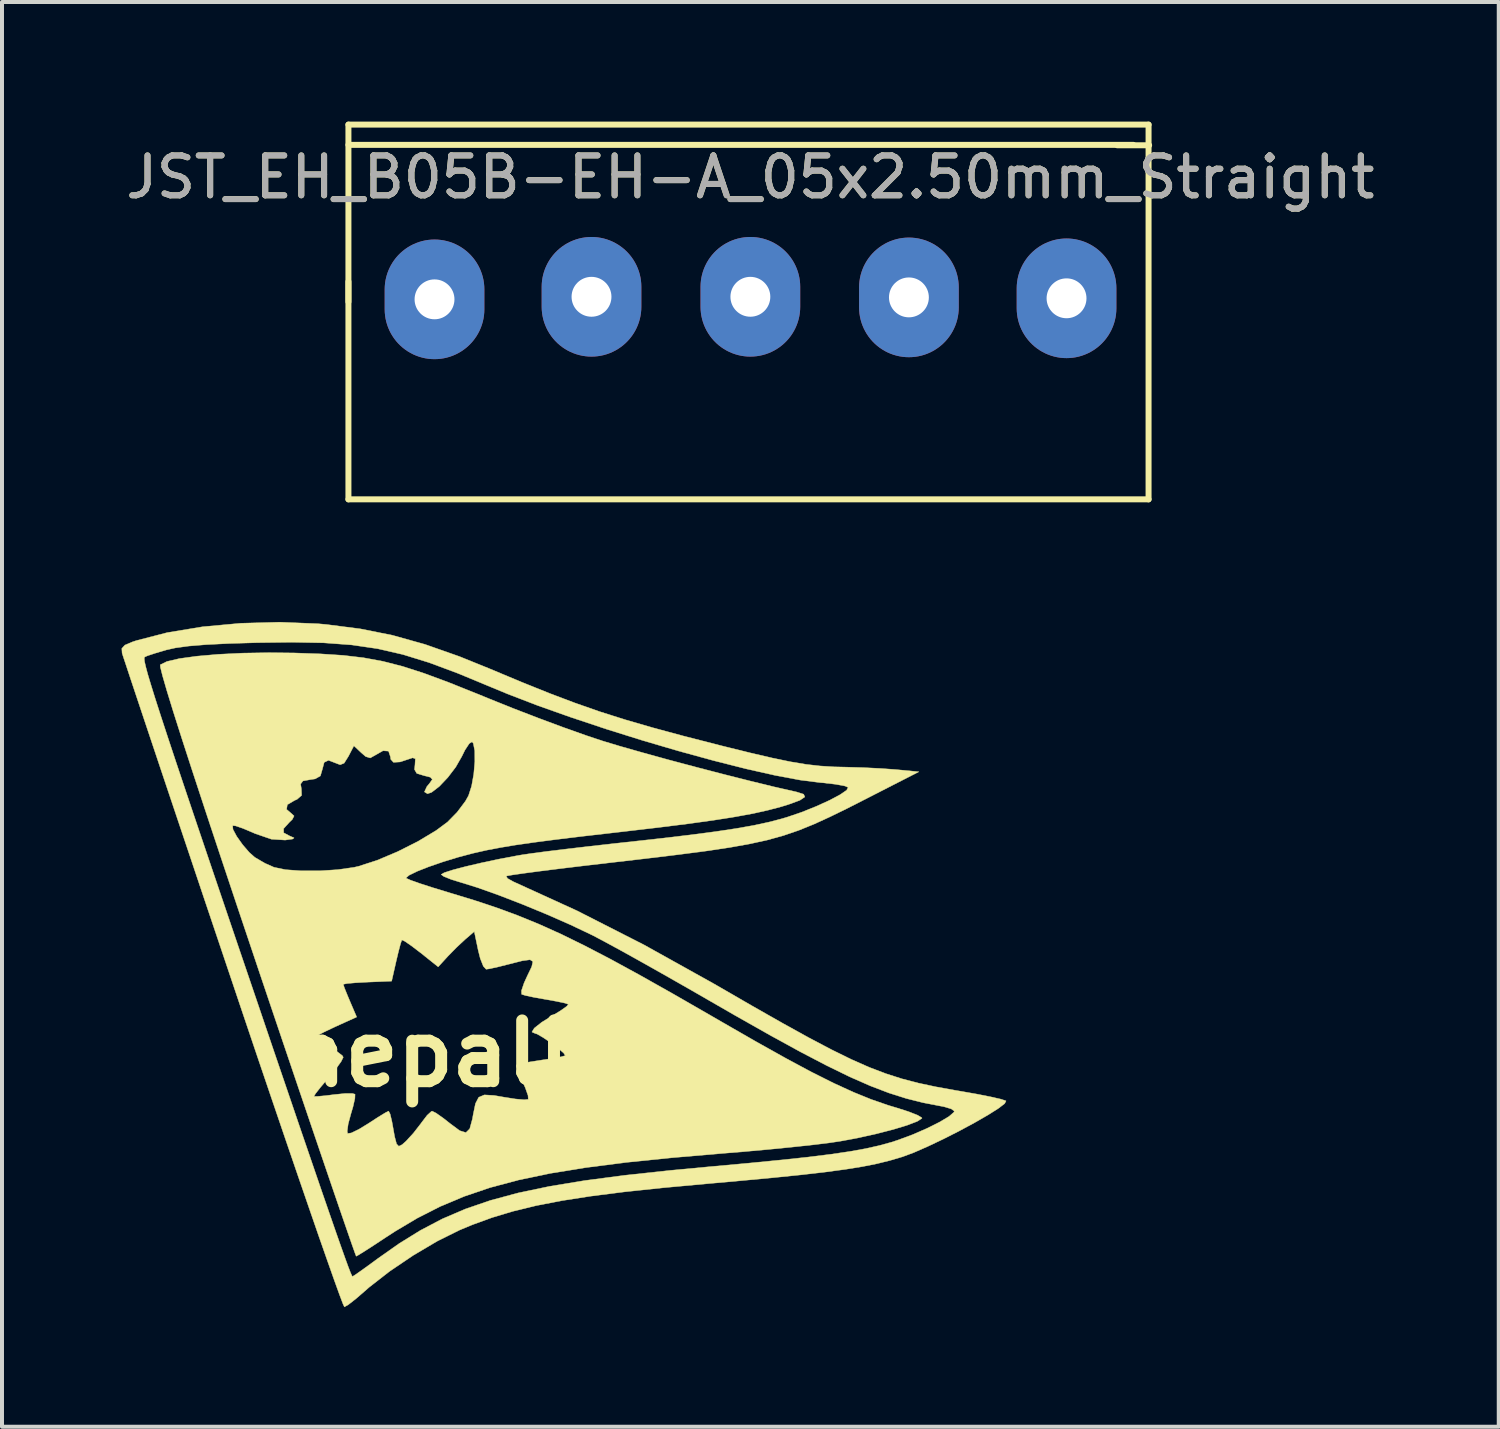
<source format=kicad_pcb>
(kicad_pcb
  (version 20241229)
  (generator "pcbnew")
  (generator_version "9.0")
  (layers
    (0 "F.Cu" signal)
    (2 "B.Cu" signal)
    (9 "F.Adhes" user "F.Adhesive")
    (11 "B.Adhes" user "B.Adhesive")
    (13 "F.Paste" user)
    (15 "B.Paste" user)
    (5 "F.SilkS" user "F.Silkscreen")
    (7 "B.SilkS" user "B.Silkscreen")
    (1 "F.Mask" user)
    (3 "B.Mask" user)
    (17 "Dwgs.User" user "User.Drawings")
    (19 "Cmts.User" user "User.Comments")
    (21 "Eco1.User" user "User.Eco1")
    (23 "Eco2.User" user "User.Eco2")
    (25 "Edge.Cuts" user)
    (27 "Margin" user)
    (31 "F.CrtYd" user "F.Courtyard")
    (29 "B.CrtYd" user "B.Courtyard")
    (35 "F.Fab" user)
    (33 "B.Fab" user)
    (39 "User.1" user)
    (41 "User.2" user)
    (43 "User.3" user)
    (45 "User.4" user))
  (footprint "JST_EH_B05B-EH-A_05x2.50mm_Straight"
    (layer "F.Cu")
    (at 10.768 4.393)
    (property "Reference" "JST_EH_B05B-EH-A_05x2.50mm_Straight" (at 5 -3 0) (layer "F.SilkS") (effects (font (size 1 1) (thickness 0.15))))
    (attr through_hole)
    (fp_line (start -5.08 -4.318) (end 14.986 -4.318) (stroke (width 0.15) (type solid)) (layer "F.SilkS"))
    (fp_line (start -5.08 -3.81) (end 14.605 -3.81) (stroke (width 0.15) (type solid)) (layer "F.SilkS"))
    (fp_line (start -5.08 0.127) (end -5.08 -4.318) (stroke (width 0.15) (type solid)) (layer "F.SilkS"))
    (fp_line (start -5.08 5.08) (end -5.08 -0.381) (stroke (width 0.15) (type solid)) (layer "F.SilkS"))
    (fp_line (start 14.986 -4.318) (end 14.986 5.08) (stroke (width 0.15) (type solid)) (layer "F.SilkS"))
    (fp_line (start 14.986 5.08) (end -5.08 5.08) (stroke (width 0.15) (type solid)) (layer "F.SilkS"))
    (fp_line (start 15 -3.8) (end 14.2 -3.8) (stroke (width 0.15) (type solid)) (layer "F.SilkS"))
    (fp_line (start -4.991 0.089) (end -4.978 0.089) (stroke (width 0.15) (type solid)) (layer "B.Adhes"))
    (fp_line (start 1.143 5.042) (end 1.143 5.029) (stroke (width 0.15) (type solid)) (layer "B.Adhes"))
    (fp_text user "${REFERENCE}" (at 5 -3 0) (layer "F.Fab") (effects (font (size 1 1) (thickness 0.15))))
    (pad "1" thru_hole oval (at -2.921 0.064) (size 2.5 3) (drill 1) (layers "*.Cu" "*.Mask"))
    (pad "2" thru_hole oval (at 1.016 0) (size 2.5 3) (drill 1) (layers "*.Cu" "*.Mask"))
    (pad "3" thru_hole oval (at 5 0) (size 2.5 3) (drill 1) (layers "*.Cu" "*.Mask"))
    (pad "4" thru_hole oval (at 8.976 0.015) (size 2.5 3) (drill 1) (layers "*.Cu" "*.Mask"))
    (pad "5" thru_hole oval (at 12.929 0.038) (size 2.5 3) (drill 1) (layers "*.Cu" "*.Mask")))
  (footprint "nepalLogo"
    (layer "F.Cu")
    (at 10.045 23.375)
    (property "Reference" "nepalLogo" (at 0 0 0) (layer "F.SilkS") (effects (font (size 1.524 1.524) (thickness 0.3))))
    (attr through_hole)
    (fp_poly (pts (xy -5.12 -10.783) (xy -4.911 -10.764) (xy -4.06 -10.655) (xy -3.251 -10.493) (xy -2.437 -10.265) (xy -1.57 -9.96) (xy -0.822 -9.657) (xy -0.022 -9.322) (xy 0.681 -9.039) (xy 1.324 -8.796) (xy 1.944 -8.579) (xy 2.578 -8.378) (xy 3.263 -8.179) (xy 4.035 -7.97) (xy 4.932 -7.74) (xy 5.038 -7.713) (xy 5.722 -7.544) (xy 6.275 -7.415) (xy 6.73 -7.321) (xy 7.118 -7.256) (xy 7.471 -7.216) (xy 7.821 -7.194) (xy 8.122 -7.187) (xy 8.548 -7.175) (xy 8.993 -7.153) (xy 9.368 -7.126) (xy 9.398 -7.123) (xy 9.948 -7.07) (xy 8.662 -6.412) (xy 8.158 -6.155) (xy 7.716 -5.939) (xy 7.316 -5.756) (xy 6.936 -5.602) (xy 6.556 -5.472) (xy 6.153 -5.36) (xy 5.708 -5.262) (xy 5.199 -5.171) (xy 4.604 -5.082) (xy 3.903 -4.991) (xy 3.075 -4.891) (xy 2.17 -4.786) (xy 1.535 -4.712) (xy 0.955 -4.642) (xy 0.452 -4.579) (xy 0.046 -4.525) (xy -0.24 -4.484) (xy -0.387 -4.458) (xy -0.402 -4.452) (xy -0.365 -4.394) (xy -0.216 -4.311) (xy -0.201 -4.305) (xy 1.378 -3.584) (xy 3.051 -2.732) (xy 4.809 -1.753) (xy 4.868 -1.719) (xy 5.759 -1.204) (xy 6.524 -0.769) (xy 7.182 -0.405) (xy 7.751 -0.105) (xy 8.251 0.141) (xy 8.701 0.34) (xy 9.118 0.499) (xy 9.523 0.629) (xy 9.933 0.736) (xy 10.368 0.829) (xy 10.846 0.916) (xy 10.995 0.941) (xy 11.404 1.013) (xy 11.752 1.082) (xy 12.006 1.14) (xy 12.13 1.181) (xy 12.135 1.184) (xy 12.1 1.251) (xy 11.938 1.375) (xy 11.676 1.54) (xy 11.342 1.732) (xy 10.962 1.937) (xy 10.564 2.139) (xy 10.175 2.324) (xy 9.822 2.479) (xy 9.532 2.587) (xy 9.527 2.588) (xy 9.226 2.677) (xy 8.903 2.757) (xy 8.538 2.83) (xy 8.113 2.899) (xy 7.607 2.967) (xy 7.004 3.037) (xy 6.284 3.11) (xy 5.429 3.19) (xy 4.657 3.259) (xy 3.536 3.362) (xy 2.565 3.465) (xy 1.724 3.572) (xy 0.991 3.686) (xy 0.347 3.811) (xy -0.227 3.951) (xy -0.753 4.109) (xy -1.25 4.29) (xy -1.566 4.421) (xy -2.123 4.697) (xy -2.73 5.056) (xy -3.322 5.456) (xy -3.835 5.855) (xy -3.949 5.955) (xy -4.177 6.152) (xy -4.359 6.294) (xy -4.457 6.35) (xy -4.458 6.35) (xy -4.495 6.271) (xy -4.581 6.043) (xy -4.714 5.675) (xy -4.889 5.179) (xy -5.104 4.565) (xy -5.353 3.844) (xy -5.634 3.027) (xy -5.943 2.124) (xy -6.276 1.146) (xy -6.63 0.103) (xy -7 -0.993) (xy -7.257 -1.757) (xy -7.637 -2.887) (xy -8.003 -3.974) (xy -8.349 -5.007) (xy -8.674 -5.975) (xy -8.973 -6.866) (xy -9.242 -7.67) (xy -9.478 -8.376) (xy -9.677 -8.972) (xy -9.836 -9.449) (xy -9.95 -9.794) (xy -9.99 -9.913) (xy -9.478 -9.913) (xy -9.47 -9.836) (xy -9.441 -9.708) (xy -9.39 -9.517) (xy -9.312 -9.257) (xy -9.206 -8.916) (xy -9.068 -8.487) (xy -8.895 -7.959) (xy -8.684 -7.323) (xy -8.432 -6.571) (xy -8.136 -5.692) (xy -7.793 -4.678) (xy -7.4 -3.519) (xy -7.111 -2.667) (xy -6.645 -1.298) (xy -6.232 -0.081) (xy -5.866 0.992) (xy -5.547 1.929) (xy -5.27 2.737) (xy -5.034 3.426) (xy -4.835 4.002) (xy -4.671 4.475) (xy -4.538 4.853) (xy -4.435 5.142) (xy -4.358 5.353) (xy -4.304 5.492) (xy -4.27 5.567) (xy -4.255 5.588) (xy -4.18 5.541) (xy -4.001 5.415) (xy -3.751 5.234) (xy -3.617 5.135) (xy -3.081 4.758) (xy -2.549 4.429) (xy -2.002 4.142) (xy -1.423 3.894) (xy -0.793 3.678) (xy -0.097 3.491) (xy 0.685 3.327) (xy 1.57 3.181) (xy 2.576 3.049) (xy 3.719 2.926) (xy 4.699 2.834) (xy 5.666 2.746) (xy 6.483 2.666) (xy 7.168 2.593) (xy 7.739 2.522) (xy 8.215 2.452) (xy 8.615 2.38) (xy 8.957 2.303) (xy 9.259 2.22) (xy 9.418 2.168) (xy 9.791 2.03) (xy 10.151 1.873) (xy 10.467 1.715) (xy 10.704 1.574) (xy 10.827 1.467) (xy 10.837 1.44) (xy 10.762 1.384) (xy 10.574 1.328) (xy 10.477 1.31) (xy 10.053 1.228) (xy 9.631 1.122) (xy 9.196 0.984) (xy 8.73 0.806) (xy 8.216 0.58) (xy 7.638 0.298) (xy 6.979 -0.046) (xy 6.222 -0.461) (xy 5.35 -0.954) (xy 4.699 -1.329) (xy 4.101 -1.673) (xy 3.51 -2.009) (xy 2.954 -2.322) (xy 2.46 -2.597) (xy 2.053 -2.818) (xy 1.763 -2.971) (xy 1.736 -2.984) (xy 1.214 -3.232) (xy 0.621 -3.493) (xy 0.005 -3.747) (xy -0.592 -3.978) (xy -1.123 -4.167) (xy -1.503 -4.285) (xy -1.773 -4.368) (xy -1.964 -4.444) (xy -2.032 -4.494) (xy -1.954 -4.54) (xy -1.74 -4.609) (xy -1.421 -4.693) (xy -1.028 -4.785) (xy -0.592 -4.878) (xy -0.144 -4.963) (xy 0 -4.988) (xy 0.245 -5.024) (xy 0.625 -5.074) (xy 1.109 -5.133) (xy 1.664 -5.198) (xy 2.257 -5.265) (xy 2.54 -5.296) (xy 3.449 -5.396) (xy 4.209 -5.486) (xy 4.842 -5.569) (xy 5.368 -5.648) (xy 5.809 -5.726) (xy 6.183 -5.807) (xy 6.513 -5.893) (xy 6.65 -5.934) (xy 7.014 -6.058) (xy 7.376 -6.204) (xy 7.706 -6.354) (xy 7.97 -6.494) (xy 8.137 -6.608) (xy 8.176 -6.679) (xy 8.077 -6.718) (xy 7.853 -6.758) (xy 7.549 -6.793) (xy 7.475 -6.799) (xy 6.976 -6.862) (xy 6.345 -6.98) (xy 5.609 -7.146) (xy 4.792 -7.353) (xy 3.92 -7.592) (xy 3.018 -7.857) (xy 2.113 -8.14) (xy 1.231 -8.434) (xy 0.395 -8.73) (xy -0.367 -9.023) (xy -0.78 -9.194) (xy -1.606 -9.537) (xy -2.33 -9.807) (xy -2.99 -10.011) (xy -3.625 -10.157) (xy -4.275 -10.252) (xy -4.978 -10.304) (xy -5.774 -10.319) (xy -6.646 -10.308) (xy -7.359 -10.287) (xy -7.924 -10.259) (xy -8.363 -10.223) (xy -8.698 -10.177) (xy -8.929 -10.125) (xy -9.199 -10.045) (xy -9.396 -9.98) (xy -9.47 -9.947) (xy -9.478 -9.913) (xy -9.99 -9.913) (xy -10.017 -9.996) (xy -10.033 -10.046) (xy -10.04 -10.163) (xy -9.963 -10.247) (xy -9.767 -10.33) (xy -9.676 -10.36) (xy -8.903 -10.56) (xy -8.014 -10.707) (xy -7.057 -10.795) (xy -6.076 -10.822) (xy -5.12 -10.783)) (stroke (width 0.01) (type solid)) (fill yes) (layer "F.SilkS"))
    (fp_poly (pts (xy -5.715 -10.05) (xy -5.057 -10.027) (xy -4.489 -9.99) (xy -3.978 -9.93) (xy -3.492 -9.84) (xy -2.996 -9.713) (xy -2.458 -9.539) (xy -1.845 -9.312) (xy -1.123 -9.023) (xy -0.835 -8.905) (xy -0.241 -8.666) (xy 0.399 -8.419) (xy 1.031 -8.184) (xy 1.605 -7.98) (xy 2.02 -7.842) (xy 2.458 -7.71) (xy 3.021 -7.55) (xy 3.669 -7.371) (xy 4.364 -7.186) (xy 5.064 -7.004) (xy 5.73 -6.836) (xy 6.323 -6.691) (xy 6.803 -6.582) (xy 6.879 -6.565) (xy 7.059 -6.508) (xy 7.089 -6.44) (xy 6.964 -6.355) (xy 6.68 -6.251) (xy 6.498 -6.195) (xy 6.165 -6.107) (xy 5.785 -6.022) (xy 5.337 -5.94) (xy 4.801 -5.855) (xy 4.159 -5.766) (xy 3.39 -5.67) (xy 2.475 -5.563) (xy 2.328 -5.546) (xy 1.51 -5.452) (xy 0.836 -5.37) (xy 0.283 -5.298) (xy -0.174 -5.232) (xy -0.557 -5.168) (xy -0.892 -5.104) (xy -1.201 -5.034) (xy -1.228 -5.028) (xy -1.609 -4.927) (xy -1.991 -4.81) (xy -2.344 -4.688) (xy -2.636 -4.573) (xy -2.835 -4.476) (xy -2.91 -4.411) (xy -2.906 -4.4) (xy -2.802 -4.353) (xy -2.569 -4.27) (xy -2.238 -4.163) (xy -1.844 -4.043) (xy -1.778 -4.023) (xy -1.191 -3.844) (xy -0.643 -3.662) (xy -0.113 -3.467) (xy 0.418 -3.25) (xy 0.969 -3.002) (xy 1.561 -2.712) (xy 2.213 -2.373) (xy 2.944 -1.974) (xy 3.775 -1.506) (xy 4.724 -0.96) (xy 4.995 -0.803) (xy 5.865 -0.303) (xy 6.611 0.114) (xy 7.254 0.459) (xy 7.813 0.739) (xy 8.307 0.965) (xy 8.755 1.147) (xy 9.177 1.293) (xy 9.393 1.358) (xy 9.696 1.455) (xy 9.917 1.542) (xy 10.023 1.606) (xy 10.026 1.621) (xy 9.908 1.697) (xy 9.657 1.793) (xy 9.305 1.9) (xy 8.886 2.008) (xy 8.433 2.109) (xy 7.98 2.194) (xy 7.692 2.237) (xy 7.29 2.286) (xy 6.767 2.342) (xy 6.172 2.401) (xy 5.553 2.457) (xy 5.038 2.499) (xy 3.743 2.61) (xy 2.6 2.727) (xy 1.591 2.857) (xy 0.699 3.002) (xy -0.094 3.168) (xy -0.805 3.358) (xy -1.453 3.578) (xy -2.055 3.831) (xy -2.628 4.122) (xy -3.189 4.456) (xy -3.432 4.614) (xy -3.731 4.811) (xy -3.972 4.966) (xy -4.125 5.06) (xy -4.162 5.079) (xy -4.192 5.001) (xy -4.273 4.773) (xy -4.4 4.407) (xy -4.57 3.914) (xy -4.778 3.306) (xy -5.021 2.593) (xy -5.295 1.787) (xy -5.596 0.899) (xy -5.921 -0.061) (xy -6.028 -0.377) (xy -5.249 -0.377) (xy -5.179 -0.321) (xy -4.999 -0.228) (xy -4.868 -0.169) (xy -4.647 -0.057) (xy -4.51 0.048) (xy -4.487 0.089) (xy -4.54 0.197) (xy -4.677 0.388) (xy -4.866 0.617) (xy -5.052 0.836) (xy -5.18 0.998) (xy -5.223 1.07) (xy -5.223 1.07) (xy -5.135 1.071) (xy -4.929 1.052) (xy -4.714 1.025) (xy -4.446 0.998) (xy -4.255 0.998) (xy -4.191 1.016) (xy -4.195 1.122) (xy -4.243 1.334) (xy -4.295 1.509) (xy -4.363 1.761) (xy -4.388 1.944) (xy -4.377 2.001) (xy -4.284 1.987) (xy -4.094 1.895) (xy -3.855 1.749) (xy -3.612 1.591) (xy -3.43 1.48) (xy -3.349 1.439) (xy -3.311 1.514) (xy -3.267 1.698) (xy -3.256 1.757) (xy -3.198 2.081) (xy -3.15 2.262) (xy -3.094 2.321) (xy -3.011 2.281) (xy -2.915 2.196) (xy -2.729 1.994) (xy -2.54 1.751) (xy -2.521 1.724) (xy -2.384 1.545) (xy -2.277 1.447) (xy -2.258 1.44) (xy -2.159 1.489) (xy -1.976 1.618) (xy -1.807 1.751) (xy -1.566 1.93) (xy -1.411 1.978) (xy -1.315 1.883) (xy -1.247 1.633) (xy -1.228 1.524) (xy -1.171 1.249) (xy -1.09 1.093) (xy -0.948 1.033) (xy -0.704 1.047) (xy -0.462 1.089) (xy -0.171 1.135) (xy 0.05 1.155) (xy 0.153 1.145) (xy 0.153 1.145) (xy 0.147 1.048) (xy 0.078 0.853) (xy 0.012 0.708) (xy -0.089 0.48) (xy -0.14 0.322) (xy -0.14 0.281) (xy -0.043 0.251) (xy 0.174 0.209) (xy 0.467 0.163) (xy 0.473 0.162) (xy 0.765 0.117) (xy 0.984 0.076) (xy 1.082 0.047) (xy 1.082 0.047) (xy 1.041 -0.016) (xy 0.904 -0.135) (xy 0.716 -0.277) (xy 0.524 -0.407) (xy 0.375 -0.493) (xy 0.326 -0.508) (xy 0.245 -0.544) (xy 0.304 -0.641) (xy 0.488 -0.787) (xy 0.725 -0.934) (xy 0.96 -1.077) (xy 1.117 -1.188) (xy 1.159 -1.24) (xy 1.063 -1.271) (xy 0.848 -1.316) (xy 0.589 -1.362) (xy 0.301 -1.413) (xy 0.081 -1.46) (xy -0.014 -1.49) (xy -0.017 -1.582) (xy 0.048 -1.774) (xy 0.129 -1.952) (xy 0.239 -2.18) (xy 0.269 -2.311) (xy 0.197 -2.357) (xy 0.005 -2.331) (xy -0.329 -2.246) (xy -0.339 -2.244) (xy -0.612 -2.175) (xy -0.823 -2.129) (xy -0.904 -2.118) (xy -0.974 -2.193) (xy -1.051 -2.388) (xy -1.102 -2.59) (xy -1.201 -3.063) (xy -1.426 -2.87) (xy -1.642 -2.669) (xy -1.863 -2.444) (xy -1.878 -2.427) (xy -2.106 -2.178) (xy -2.547 -2.53) (xy -2.774 -2.703) (xy -2.942 -2.819) (xy -3.017 -2.853) (xy -3.049 -2.763) (xy -3.104 -2.554) (xy -3.159 -2.323) (xy -3.273 -1.82) (xy -3.88 -1.795) (xy -4.176 -1.779) (xy -4.392 -1.76) (xy -4.486 -1.741) (xy -4.487 -1.739) (xy -4.457 -1.65) (xy -4.379 -1.457) (xy -4.319 -1.314) (xy -4.15 -0.92) (xy -4.7 -0.671) (xy -4.969 -0.543) (xy -5.165 -0.439) (xy -5.249 -0.38) (xy -5.249 -0.377) (xy -6.028 -0.377) (xy -6.265 -1.079) (xy -6.625 -2.146) (xy -6.675 -2.296) (xy -7.148 -3.704) (xy -7.571 -4.971) (xy -7.82 -5.721) (xy -7.262 -5.721) (xy -7.252 -5.624) (xy -7.158 -5.449) (xy -7.011 -5.242) (xy -6.845 -5.049) (xy -6.704 -4.924) (xy -6.451 -4.776) (xy -6.223 -4.675) (xy -5.936 -4.615) (xy -5.537 -4.586) (xy -5.08 -4.586) (xy -4.622 -4.616) (xy -4.216 -4.674) (xy -4.103 -4.7) (xy -3.639 -4.85) (xy -3.122 -5.068) (xy -2.61 -5.326) (xy -2.159 -5.597) (xy -1.872 -5.81) (xy -1.63 -6.057) (xy -1.423 -6.333) (xy -1.345 -6.472) (xy -1.268 -6.712) (xy -1.214 -7.013) (xy -1.187 -7.324) (xy -1.189 -7.597) (xy -1.225 -7.78) (xy -1.256 -7.823) (xy -1.327 -7.778) (xy -1.434 -7.616) (xy -1.515 -7.452) (xy -1.665 -7.19) (xy -1.865 -6.927) (xy -2.079 -6.702) (xy -2.27 -6.555) (xy -2.374 -6.519) (xy -2.451 -6.566) (xy -2.39 -6.699) (xy -2.325 -6.777) (xy -2.253 -6.878) (xy -2.3 -6.933) (xy -2.462 -6.974) (xy -2.644 -7.03) (xy -2.7 -7.128) (xy -2.688 -7.244) (xy -2.679 -7.397) (xy -2.747 -7.421) (xy -2.77 -7.413) (xy -3.06 -7.317) (xy -3.227 -7.307) (xy -3.296 -7.383) (xy -3.302 -7.441) (xy -3.351 -7.588) (xy -3.489 -7.598) (xy -3.678 -7.491) (xy -3.809 -7.417) (xy -3.923 -7.451) (xy -4.031 -7.544) (xy -4.22 -7.722) (xy -4.357 -7.458) (xy -4.465 -7.286) (xy -4.565 -7.246) (xy -4.654 -7.28) (xy -4.856 -7.358) (xy -4.965 -7.307) (xy -5.011 -7.133) (xy -5.06 -6.966) (xy -5.191 -6.892) (xy -5.313 -6.874) (xy -5.498 -6.84) (xy -5.556 -6.763) (xy -5.537 -6.642) (xy -5.531 -6.478) (xy -5.645 -6.379) (xy -5.706 -6.353) (xy -5.889 -6.245) (xy -5.908 -6.128) (xy -5.796 -6.032) (xy -5.72 -5.963) (xy -5.765 -5.874) (xy -5.839 -5.803) (xy -5.983 -5.644) (xy -5.981 -5.541) (xy -5.831 -5.461) (xy -5.821 -5.457) (xy -5.72 -5.413) (xy -5.755 -5.384) (xy -5.942 -5.358) (xy -5.95 -5.358) (xy -6.29 -5.38) (xy -6.702 -5.522) (xy -6.746 -5.542) (xy -7.001 -5.65) (xy -7.188 -5.714) (xy -7.262 -5.721) (xy -7.82 -5.721) (xy -7.943 -6.093) (xy -8.264 -7.07) (xy -8.533 -7.899) (xy -8.749 -8.578) (xy -8.911 -9.105) (xy -9.019 -9.478) (xy -9.073 -9.695) (xy -9.076 -9.754) (xy -8.909 -9.836) (xy -8.595 -9.909) (xy -8.159 -9.969) (xy -7.623 -10.016) (xy -7.012 -10.046) (xy -6.347 -10.057) (xy -5.715 -10.05)) (stroke (width 0.01) (type solid)) (fill yes) (layer "F.SilkS")))
  (gr_rect
    (start -3 -3)
    (end 34.536 32.73)
    (stroke (width 0.1) (type default))
    (fill no)
    (layer "Edge.Cuts")))
</source>
